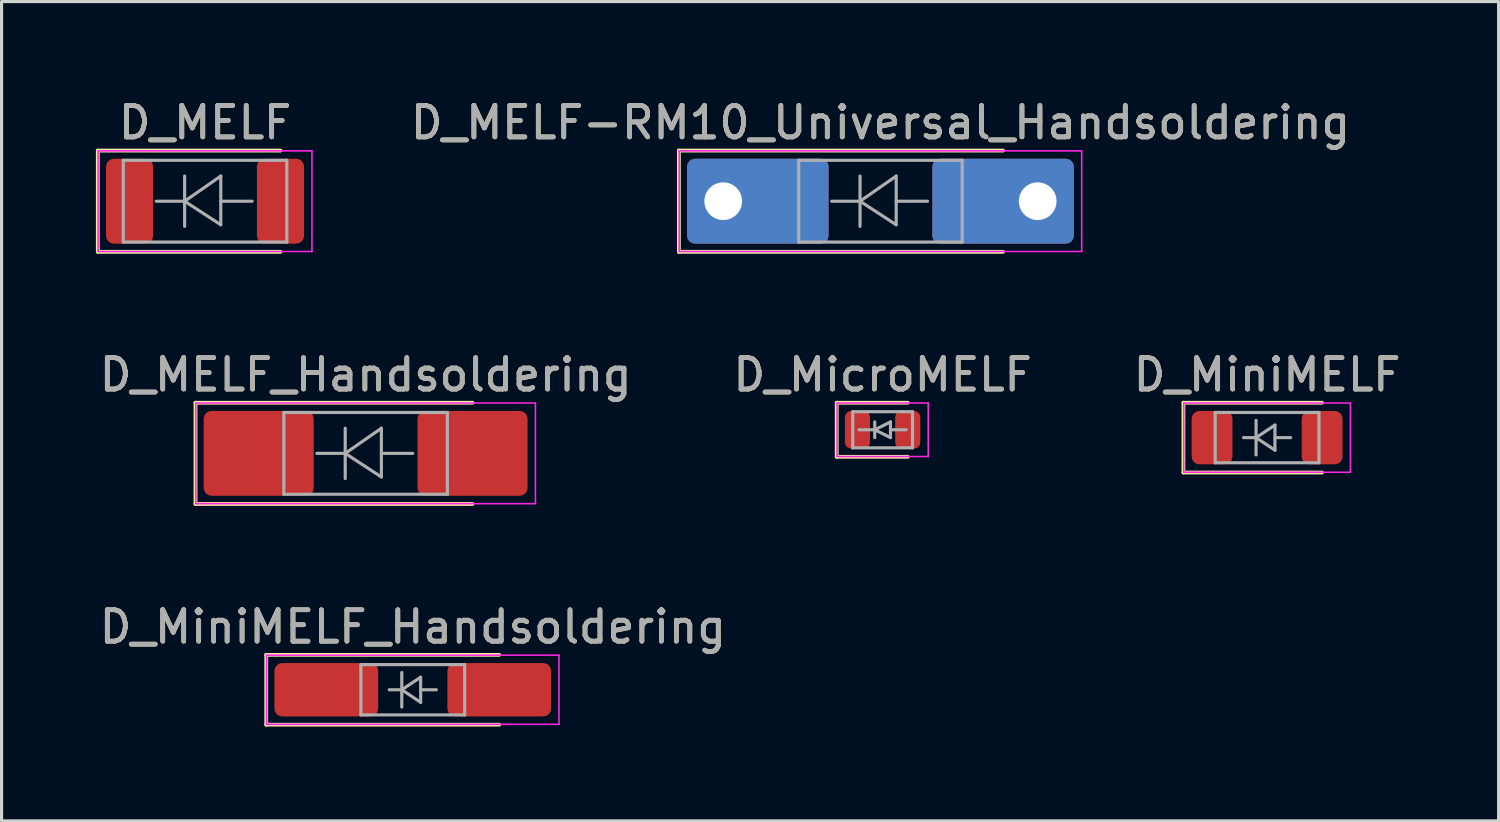
<source format=kicad_pcb>
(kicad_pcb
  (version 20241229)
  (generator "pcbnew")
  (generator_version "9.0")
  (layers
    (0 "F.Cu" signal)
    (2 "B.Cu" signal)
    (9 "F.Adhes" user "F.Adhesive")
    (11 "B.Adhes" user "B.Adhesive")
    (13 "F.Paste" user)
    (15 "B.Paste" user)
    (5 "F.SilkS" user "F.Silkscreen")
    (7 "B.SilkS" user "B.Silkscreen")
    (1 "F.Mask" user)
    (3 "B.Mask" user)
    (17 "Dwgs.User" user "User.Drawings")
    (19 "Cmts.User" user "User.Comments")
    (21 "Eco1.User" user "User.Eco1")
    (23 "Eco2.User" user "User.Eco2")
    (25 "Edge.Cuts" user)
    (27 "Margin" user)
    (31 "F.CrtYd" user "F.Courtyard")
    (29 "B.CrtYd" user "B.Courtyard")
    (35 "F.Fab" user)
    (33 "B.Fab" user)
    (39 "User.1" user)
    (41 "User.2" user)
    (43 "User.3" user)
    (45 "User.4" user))
  (footprint "D_MELF_Handsoldering"
    (layer "F.Cu")
    (at 8.577 11.367)
    (property "Reference" "D_MELF_Handsoldering" (at 0 -2.5 0) (layer "F.SilkS") (effects (font (size 1 1) (thickness 0.15))))
    (attr smd)
    (fp_line (start -5.41 -1.61) (end -5.41 1.61) (stroke (width 0.12) (type solid)) (layer "F.SilkS"))
    (fp_line (start -5.41 1.61) (end 3.4 1.61) (stroke (width 0.12) (type solid)) (layer "F.SilkS"))
    (fp_line (start 3.4 -1.61) (end -5.41 -1.61) (stroke (width 0.12) (type solid)) (layer "F.SilkS"))
    (fp_line (start -5.4 -1.6) (end 5.4 -1.6) (stroke (width 0.05) (type solid)) (layer "F.CrtYd"))
    (fp_line (start -5.4 1.6) (end -5.4 -1.6) (stroke (width 0.05) (type solid)) (layer "F.CrtYd"))
    (fp_line (start 5.4 -1.6) (end 5.4 1.6) (stroke (width 0.05) (type solid)) (layer "F.CrtYd"))
    (fp_line (start 5.4 1.6) (end -5.4 1.6) (stroke (width 0.05) (type solid)) (layer "F.CrtYd"))
    (fp_line (start -2.6 -1.3) (end -2.6 1.3) (stroke (width 0.1) (type solid)) (layer "F.Fab"))
    (fp_line (start -2.6 1.3) (end 2.6 1.3) (stroke (width 0.1) (type solid)) (layer "F.Fab"))
    (fp_line (start -0.649 -0.799) (end -0.649 0.801) (stroke (width 0.1) (type solid)) (layer "F.Fab"))
    (fp_line (start -0.649 0.001) (end -1.551 0.001) (stroke (width 0.1) (type solid)) (layer "F.Fab"))
    (fp_line (start -0.649 0.001) (end 0.501 -0.799) (stroke (width 0.1) (type solid)) (layer "F.Fab"))
    (fp_line (start -0.649 0.001) (end 0.501 0.75) (stroke (width 0.1) (type solid)) (layer "F.Fab"))
    (fp_line (start 0.501 0.001) (end 1.499 0.001) (stroke (width 0.1) (type solid)) (layer "F.Fab"))
    (fp_line (start 0.501 0.75) (end 0.501 -0.799) (stroke (width 0.1) (type solid)) (layer "F.Fab"))
    (fp_line (start 2.6 -1.3) (end -2.6 -1.3) (stroke (width 0.1) (type solid)) (layer "F.Fab"))
    (fp_line (start 2.6 1.3) (end 2.6 -1.3) (stroke (width 0.1) (type solid)) (layer "F.Fab"))
    (fp_text user "${REFERENCE}" (at 0 -2.5 0) (layer "F.Fab") (effects (font (size 1 1) (thickness 0.15))))
    (pad "1" smd roundrect (at -3.4 0) (size 3.5 2.7) (layers "F.Cu" "F.Mask" "F.Paste") (roundrect_rratio 0.093))
    (pad "2" smd roundrect (at 3.4 0) (size 3.5 2.7) (layers "F.Cu" "F.Mask" "F.Paste") (roundrect_rratio 0.093)))
  (footprint "D_MicroMELF"
    (layer "F.Cu")
    (at 25.018 10.617)
    (property "Reference" "D_MicroMELF" (at 0 -1.75 0) (layer "F.SilkS") (effects (font (size 1 1) (thickness 0.15))))
    (attr smd)
    (fp_line (start -1.46 -0.86) (end -1.46 0.86) (stroke (width 0.12) (type solid)) (layer "F.SilkS"))
    (fp_line (start -1.46 0.86) (end 0.8 0.86) (stroke (width 0.12) (type solid)) (layer "F.SilkS"))
    (fp_line (start 0.8 -0.86) (end -1.46 -0.86) (stroke (width 0.12) (type solid)) (layer "F.SilkS"))
    (fp_line (start -1.45 -0.85) (end -1.45 0.85) (stroke (width 0.05) (type solid)) (layer "F.CrtYd"))
    (fp_line (start -1.45 -0.85) (end 1.45 -0.85) (stroke (width 0.05) (type solid)) (layer "F.CrtYd"))
    (fp_line (start 1.45 0.85) (end -1.45 0.85) (stroke (width 0.05) (type solid)) (layer "F.CrtYd"))
    (fp_line (start 1.45 0.85) (end 1.45 -0.85) (stroke (width 0.05) (type solid)) (layer "F.CrtYd"))
    (fp_line (start -0.95 -0.575) (end 0.95 -0.575) (stroke (width 0.1) (type solid)) (layer "F.Fab"))
    (fp_line (start -0.95 0.575) (end -0.95 -0.575) (stroke (width 0.1) (type solid)) (layer "F.Fab"))
    (fp_line (start -0.25 -0.25) (end -0.25 0.25) (stroke (width 0.1) (type solid)) (layer "F.Fab"))
    (fp_line (start -0.25 0) (end -0.75 0) (stroke (width 0.1) (type solid)) (layer "F.Fab"))
    (fp_line (start -0.25 0) (end 0.25 -0.25) (stroke (width 0.1) (type solid)) (layer "F.Fab"))
    (fp_line (start 0.25 -0.25) (end 0.25 0.25) (stroke (width 0.1) (type solid)) (layer "F.Fab"))
    (fp_line (start 0.25 0) (end 0.75 0) (stroke (width 0.1) (type solid)) (layer "F.Fab"))
    (fp_line (start 0.25 0.25) (end -0.25 0) (stroke (width 0.1) (type solid)) (layer "F.Fab"))
    (fp_line (start 0.95 -0.575) (end 0.95 0.575) (stroke (width 0.1) (type solid)) (layer "F.Fab"))
    (fp_line (start 0.95 0.575) (end -0.95 0.575) (stroke (width 0.1) (type solid)) (layer "F.Fab"))
    (fp_text user "${REFERENCE}" (at 0 -1.75 0) (layer "F.Fab") (effects (font (size 1 1) (thickness 0.15))))
    (pad "1" smd roundrect (at -0.8 0) (size 0.8 1.2) (layers "F.Cu" "F.Mask" "F.Paste") (roundrect_rratio 0.25))
    (pad "2" smd roundrect (at 0.8 0) (size 0.8 1.2) (layers "F.Cu" "F.Mask" "F.Paste") (roundrect_rratio 0.25)))
  (footprint "D_MELF"
    (layer "F.Cu")
    (at 3.47 3.348)
    (property "Reference" "D_MELF" (at 0 -2.5 0) (layer "F.SilkS") (effects (font (size 1 1) (thickness 0.15))))
    (attr smd)
    (fp_line (start -3.41 -1.61) (end -3.41 1.61) (stroke (width 0.12) (type solid)) (layer "F.SilkS"))
    (fp_line (start -3.41 1.61) (end 2.4 1.61) (stroke (width 0.12) (type solid)) (layer "F.SilkS"))
    (fp_line (start 2.4 -1.61) (end -3.41 -1.61) (stroke (width 0.12) (type solid)) (layer "F.SilkS"))
    (fp_line (start -3.4 -1.6) (end 3.4 -1.6) (stroke (width 0.05) (type solid)) (layer "F.CrtYd"))
    (fp_line (start -3.4 1.6) (end -3.4 -1.6) (stroke (width 0.05) (type solid)) (layer "F.CrtYd"))
    (fp_line (start 3.4 -1.6) (end 3.4 1.6) (stroke (width 0.05) (type solid)) (layer "F.CrtYd"))
    (fp_line (start 3.4 1.6) (end -3.4 1.6) (stroke (width 0.05) (type solid)) (layer "F.CrtYd"))
    (fp_line (start -2.6 -1.3) (end -2.6 1.3) (stroke (width 0.1) (type solid)) (layer "F.Fab"))
    (fp_line (start -2.6 1.3) (end 2.6 1.3) (stroke (width 0.1) (type solid)) (layer "F.Fab"))
    (fp_line (start -0.649 -0.799) (end -0.649 0.801) (stroke (width 0.1) (type solid)) (layer "F.Fab"))
    (fp_line (start -0.649 0.001) (end -1.551 0.001) (stroke (width 0.1) (type solid)) (layer "F.Fab"))
    (fp_line (start -0.649 0.001) (end 0.501 -0.799) (stroke (width 0.1) (type solid)) (layer "F.Fab"))
    (fp_line (start -0.649 0.001) (end 0.501 0.75) (stroke (width 0.1) (type solid)) (layer "F.Fab"))
    (fp_line (start 0.501 0.001) (end 1.499 0.001) (stroke (width 0.1) (type solid)) (layer "F.Fab"))
    (fp_line (start 0.501 0.75) (end 0.501 -0.799) (stroke (width 0.1) (type solid)) (layer "F.Fab"))
    (fp_line (start 2.6 -1.3) (end -2.6 -1.3) (stroke (width 0.1) (type solid)) (layer "F.Fab"))
    (fp_line (start 2.6 1.3) (end 2.6 -1.3) (stroke (width 0.1) (type solid)) (layer "F.Fab"))
    (fp_text user "${REFERENCE}" (at 0 -2.5 0) (layer "F.Fab") (effects (font (size 1 1) (thickness 0.15))))
    (pad "1" smd roundrect (at -2.4 0) (size 1.5 2.7) (layers "F.Cu" "F.Mask" "F.Paste") (roundrect_rratio 0.167))
    (pad "2" smd roundrect (at 2.4 0) (size 1.5 2.7) (layers "F.Cu" "F.Mask" "F.Paste") (roundrect_rratio 0.167)))
  (footprint "D_MiniMELF"
    (layer "F.Cu")
    (at 37.244 10.867)
    (property "Reference" "D_MiniMELF" (at 0 -2 0) (layer "F.SilkS") (effects (font (size 1 1) (thickness 0.15))))
    (attr smd)
    (fp_line (start -2.66 -1.11) (end -2.66 1.11) (stroke (width 0.12) (type solid)) (layer "F.SilkS"))
    (fp_line (start -2.66 1.11) (end 1.75 1.11) (stroke (width 0.12) (type solid)) (layer "F.SilkS"))
    (fp_line (start 1.75 -1.11) (end -2.66 -1.11) (stroke (width 0.12) (type solid)) (layer "F.SilkS"))
    (fp_line (start -2.65 -1.1) (end 2.65 -1.1) (stroke (width 0.05) (type solid)) (layer "F.CrtYd"))
    (fp_line (start -2.65 1.1) (end -2.65 -1.1) (stroke (width 0.05) (type solid)) (layer "F.CrtYd"))
    (fp_line (start 2.65 -1.1) (end 2.65 1.1) (stroke (width 0.05) (type solid)) (layer "F.CrtYd"))
    (fp_line (start 2.65 1.1) (end -2.65 1.1) (stroke (width 0.05) (type solid)) (layer "F.CrtYd"))
    (fp_line (start -1.65 -0.8) (end 1.65 -0.8) (stroke (width 0.1) (type solid)) (layer "F.Fab"))
    (fp_line (start -1.65 0.8) (end -1.65 -0.8) (stroke (width 0.1) (type solid)) (layer "F.Fab"))
    (fp_line (start -0.75 0) (end -0.35 0) (stroke (width 0.1) (type solid)) (layer "F.Fab"))
    (fp_line (start -0.35 0) (end -0.35 -0.55) (stroke (width 0.1) (type solid)) (layer "F.Fab"))
    (fp_line (start -0.35 0) (end -0.35 0.55) (stroke (width 0.1) (type solid)) (layer "F.Fab"))
    (fp_line (start -0.35 0) (end 0.25 -0.4) (stroke (width 0.1) (type solid)) (layer "F.Fab"))
    (fp_line (start 0.25 -0.4) (end 0.25 0.4) (stroke (width 0.1) (type solid)) (layer "F.Fab"))
    (fp_line (start 0.25 0) (end 0.75 0) (stroke (width 0.1) (type solid)) (layer "F.Fab"))
    (fp_line (start 0.25 0.4) (end -0.35 0) (stroke (width 0.1) (type solid)) (layer "F.Fab"))
    (fp_line (start 1.65 -0.8) (end 1.65 0.8) (stroke (width 0.1) (type solid)) (layer "F.Fab"))
    (fp_line (start 1.65 0.8) (end -1.65 0.8) (stroke (width 0.1) (type solid)) (layer "F.Fab"))
    (fp_text user "${REFERENCE}" (at 0 -2 0) (layer "F.Fab") (effects (font (size 1 1) (thickness 0.15))))
    (pad "1" smd roundrect (at -1.75 0) (size 1.3 1.7) (layers "F.Cu" "F.Mask" "F.Paste") (roundrect_rratio 0.192))
    (pad "2" smd roundrect (at 1.75 0) (size 1.3 1.7) (layers "F.Cu" "F.Mask" "F.Paste") (roundrect_rratio 0.192)))
  (footprint "D_MiniMELF_Handsoldering"
    (layer "F.Cu")
    (at 10.077 18.885)
    (property "Reference" "D_MiniMELF_Handsoldering" (at 0 -2 0) (layer "F.SilkS") (effects (font (size 1 1) (thickness 0.15))))
    (attr smd)
    (fp_line (start -4.66 -1.11) (end -4.66 1.11) (stroke (width 0.12) (type solid)) (layer "F.SilkS"))
    (fp_line (start -4.66 1.11) (end 2.75 1.11) (stroke (width 0.12) (type solid)) (layer "F.SilkS"))
    (fp_line (start 2.75 -1.11) (end -4.66 -1.11) (stroke (width 0.12) (type solid)) (layer "F.SilkS"))
    (fp_line (start -4.65 -1.1) (end 4.65 -1.1) (stroke (width 0.05) (type solid)) (layer "F.CrtYd"))
    (fp_line (start -4.65 1.1) (end -4.65 -1.1) (stroke (width 0.05) (type solid)) (layer "F.CrtYd"))
    (fp_line (start 4.65 -1.1) (end 4.65 1.1) (stroke (width 0.05) (type solid)) (layer "F.CrtYd"))
    (fp_line (start 4.65 1.1) (end -4.65 1.1) (stroke (width 0.05) (type solid)) (layer "F.CrtYd"))
    (fp_line (start -1.65 -0.8) (end 1.65 -0.8) (stroke (width 0.1) (type solid)) (layer "F.Fab"))
    (fp_line (start -1.65 0.8) (end -1.65 -0.8) (stroke (width 0.1) (type solid)) (layer "F.Fab"))
    (fp_line (start -0.75 0) (end -0.35 0) (stroke (width 0.1) (type solid)) (layer "F.Fab"))
    (fp_line (start -0.35 0) (end -0.35 -0.55) (stroke (width 0.1) (type solid)) (layer "F.Fab"))
    (fp_line (start -0.35 0) (end -0.35 0.55) (stroke (width 0.1) (type solid)) (layer "F.Fab"))
    (fp_line (start -0.35 0) (end 0.25 -0.4) (stroke (width 0.1) (type solid)) (layer "F.Fab"))
    (fp_line (start 0.25 -0.4) (end 0.25 0.4) (stroke (width 0.1) (type solid)) (layer "F.Fab"))
    (fp_line (start 0.25 0) (end 0.75 0) (stroke (width 0.1) (type solid)) (layer "F.Fab"))
    (fp_line (start 0.25 0.4) (end -0.35 0) (stroke (width 0.1) (type solid)) (layer "F.Fab"))
    (fp_line (start 1.65 -0.8) (end 1.65 0.8) (stroke (width 0.1) (type solid)) (layer "F.Fab"))
    (fp_line (start 1.65 0.8) (end -1.65 0.8) (stroke (width 0.1) (type solid)) (layer "F.Fab"))
    (fp_text user "${REFERENCE}" (at 0 -2 0) (layer "F.Fab") (effects (font (size 1 1) (thickness 0.15))))
    (pad "1" smd roundrect (at -2.75 0) (size 3.3 1.7) (layers "F.Cu" "F.Mask" "F.Paste") (roundrect_rratio 0.147))
    (pad "2" smd roundrect (at 2.75 0) (size 3.3 1.7) (layers "F.Cu" "F.Mask" "F.Paste") (roundrect_rratio 0.147)))
  (footprint "D_MELF-RM10_Universal_Handsoldering"
    (layer "F.Cu")
    (at 24.949 3.348)
    (property "Reference" "D_MELF-RM10_Universal_Handsoldering" (at 0 -2.5 0) (layer "F.SilkS") (effects (font (size 1 1) (thickness 0.15))))
    (attr through_hole)
    (fp_line (start -6.41 -1.61) (end -6.41 1.61) (stroke (width 0.12) (type solid)) (layer "F.SilkS"))
    (fp_line (start -6.41 1.61) (end 3.9 1.61) (stroke (width 0.12) (type solid)) (layer "F.SilkS"))
    (fp_line (start 3.9 -1.61) (end -6.41 -1.61) (stroke (width 0.12) (type solid)) (layer "F.SilkS"))
    (fp_line (start -6.4 -1.6) (end 6.4 -1.6) (stroke (width 0.05) (type solid)) (layer "F.CrtYd"))
    (fp_line (start -6.4 1.6) (end -6.4 -1.6) (stroke (width 0.05) (type solid)) (layer "F.CrtYd"))
    (fp_line (start 6.4 -1.6) (end 6.4 1.6) (stroke (width 0.05) (type solid)) (layer "F.CrtYd"))
    (fp_line (start 6.4 1.6) (end -6.4 1.6) (stroke (width 0.05) (type solid)) (layer "F.CrtYd"))
    (fp_line (start -2.6 -1.3) (end -2.6 1.3) (stroke (width 0.1) (type solid)) (layer "F.Fab"))
    (fp_line (start -2.6 1.3) (end 2.6 1.3) (stroke (width 0.1) (type solid)) (layer "F.Fab"))
    (fp_line (start -0.649 -0.799) (end -0.649 0.801) (stroke (width 0.1) (type solid)) (layer "F.Fab"))
    (fp_line (start -0.649 0.001) (end -1.551 0.001) (stroke (width 0.1) (type solid)) (layer "F.Fab"))
    (fp_line (start -0.649 0.001) (end 0.501 -0.799) (stroke (width 0.1) (type solid)) (layer "F.Fab"))
    (fp_line (start -0.649 0.001) (end 0.501 0.75) (stroke (width 0.1) (type solid)) (layer "F.Fab"))
    (fp_line (start 0.501 0.001) (end 1.499 0.001) (stroke (width 0.1) (type solid)) (layer "F.Fab"))
    (fp_line (start 0.501 0.75) (end 0.501 -0.799) (stroke (width 0.1) (type solid)) (layer "F.Fab"))
    (fp_line (start 2.6 -1.3) (end -2.6 -1.3) (stroke (width 0.1) (type solid)) (layer "F.Fab"))
    (fp_line (start 2.6 1.3) (end 2.6 -1.3) (stroke (width 0.1) (type solid)) (layer "F.Fab"))
    (fp_text user "${REFERENCE}" (at 0 -2.5 0) (layer "F.Fab") (effects (font (size 1 1) (thickness 0.15))))
    (pad "1" thru_hole roundrect (at -5 0) (size 4.5 2.7) (drill 1.199 (offset 1.1 0)) (layers "*.Cu" "*.Mask") (roundrect_rratio 0.093))
    (pad "2" thru_hole roundrect (at 5 0 180) (size 4.5 2.7) (drill 1.199 (offset 1.1 0)) (layers "*.Cu" "*.Mask") (roundrect_rratio 0.093)))
  (gr_rect
    (start -3 -3)
    (end 44.607 23.055)
    (stroke (width 0.1) (type default))
    (fill no)
    (layer "Edge.Cuts")))
</source>
